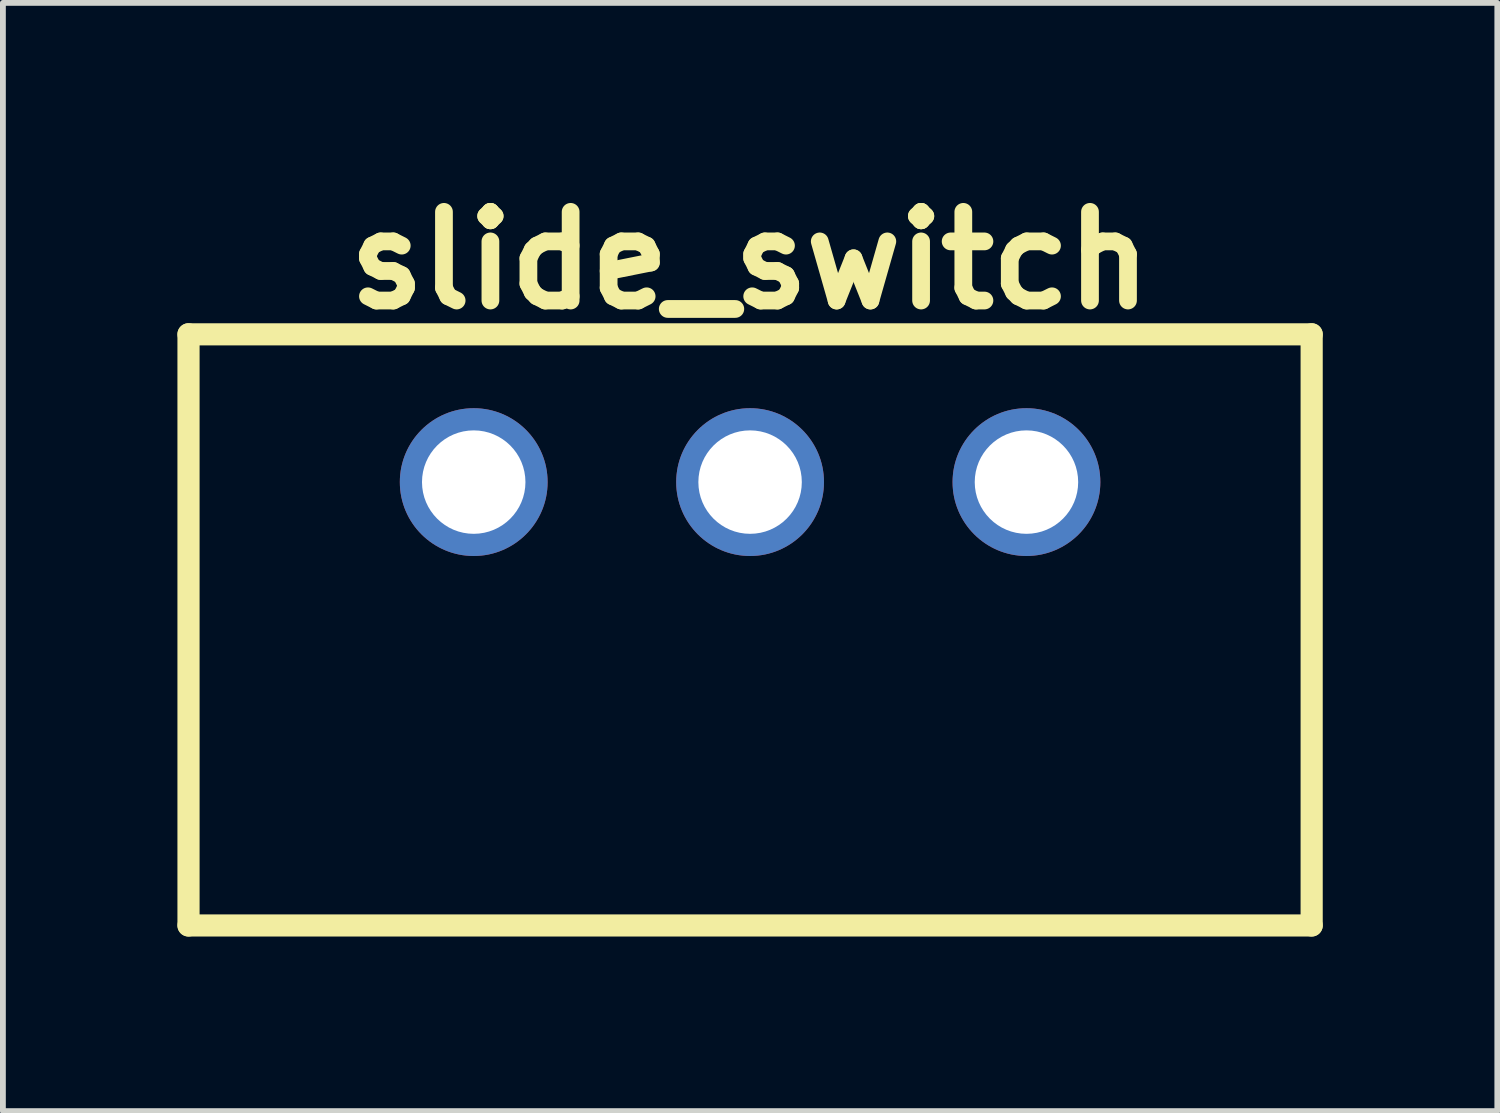
<source format=kicad_pcb>
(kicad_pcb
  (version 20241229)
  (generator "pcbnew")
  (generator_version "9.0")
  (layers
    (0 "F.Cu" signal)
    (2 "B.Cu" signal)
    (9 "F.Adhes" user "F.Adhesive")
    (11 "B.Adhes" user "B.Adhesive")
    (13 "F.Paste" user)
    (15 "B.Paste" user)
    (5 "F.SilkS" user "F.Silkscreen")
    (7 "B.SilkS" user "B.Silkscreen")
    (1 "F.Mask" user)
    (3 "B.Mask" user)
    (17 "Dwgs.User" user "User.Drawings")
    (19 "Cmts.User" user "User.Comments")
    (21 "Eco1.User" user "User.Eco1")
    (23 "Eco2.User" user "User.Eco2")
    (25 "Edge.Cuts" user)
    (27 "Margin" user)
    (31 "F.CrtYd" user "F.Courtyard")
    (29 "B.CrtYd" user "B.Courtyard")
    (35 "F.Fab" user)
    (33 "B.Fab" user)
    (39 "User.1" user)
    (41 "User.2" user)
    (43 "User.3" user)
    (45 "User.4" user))
  (footprint "slide_switch"
    (layer "F.Cu")
    (at 9.842 7.776)
    (property "Reference" "slide_switch" (at 0 -6.35 0) (layer "F.SilkS") (effects (font (size 1.524 1.524) (thickness 0.305))))
    (fp_line (start -9.652 -5.08) (end 9.652 -5.08) (stroke (width 0.381) (type solid)) (layer "F.SilkS"))
    (fp_line (start -9.652 5.08) (end -9.652 -5.08) (stroke (width 0.381) (type solid)) (layer "F.SilkS"))
    (fp_line (start 9.652 -5.08) (end 9.652 5.08) (stroke (width 0.381) (type solid)) (layer "F.SilkS"))
    (fp_line (start 9.652 5.08) (end -9.652 5.08) (stroke (width 0.381) (type solid)) (layer "F.SilkS"))
    (pad "1" thru_hole circle (at -4.75 -2.54) (size 2.54 2.54) (drill 1.778) (layers "*.Cu" "*.Mask"))
    (pad "2" thru_hole circle (at 0 -2.54) (size 2.54 2.54) (drill 1.778) (layers "*.Cu" "*.Mask"))
    (pad "3" thru_hole circle (at 4.75 -2.54) (size 2.54 2.54) (drill 1.778) (layers "*.Cu" "*.Mask")))
  (gr_rect
    (start -3 -3)
    (end 22.685 16.047)
    (stroke (width 0.1) (type default))
    (fill no)
    (layer "Edge.Cuts")))
</source>
